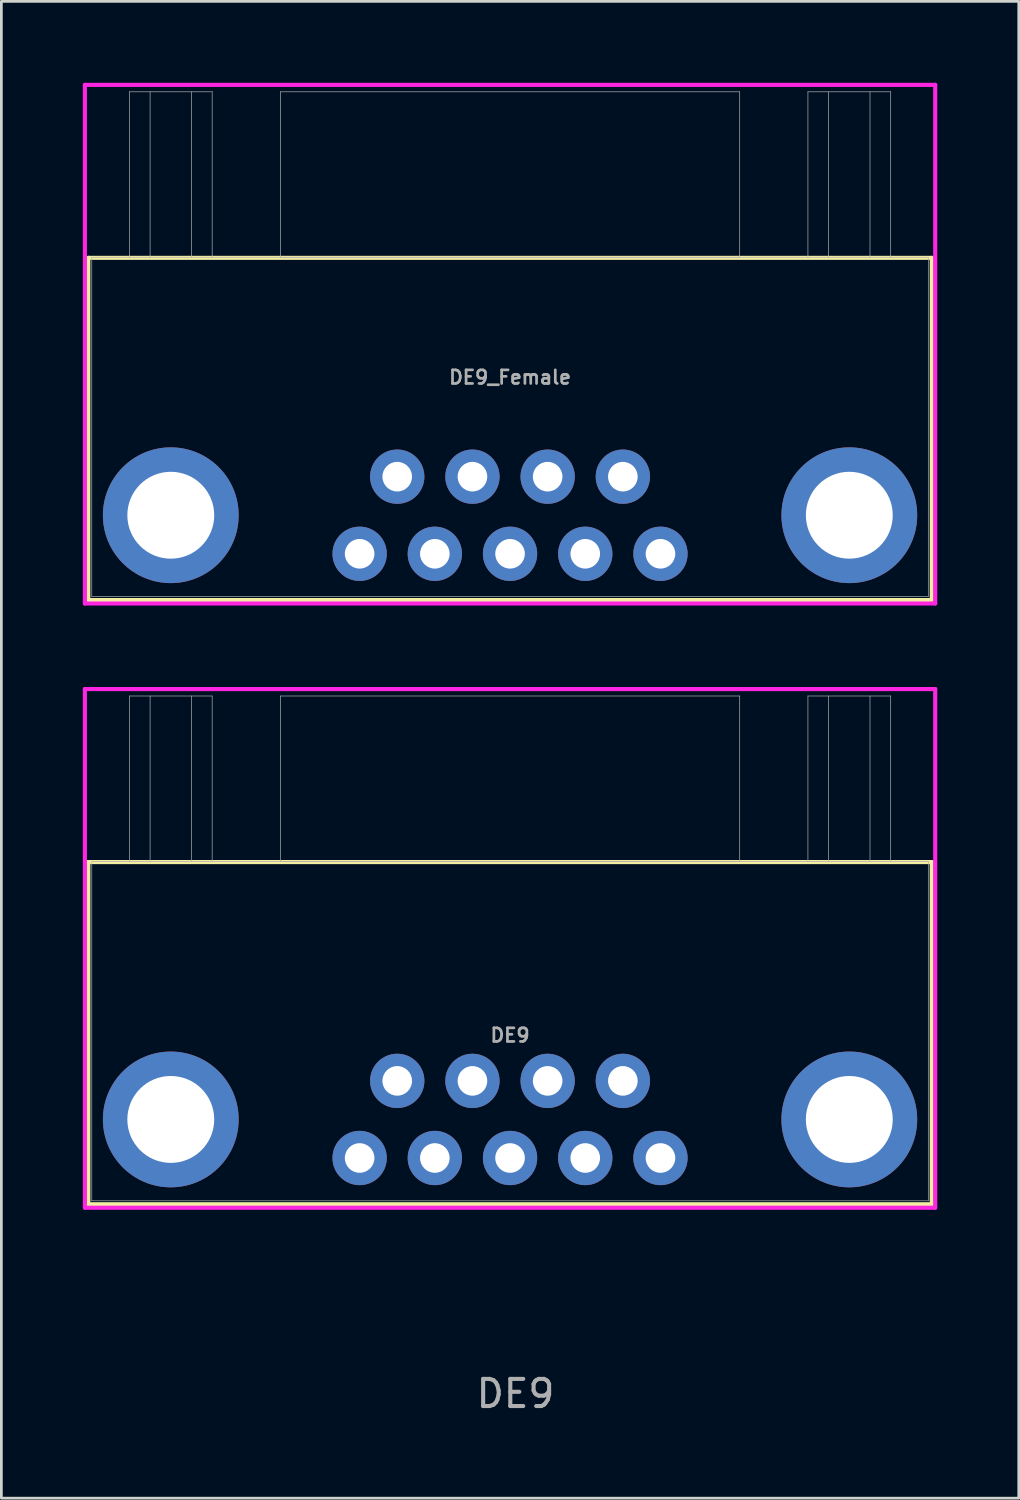
<source format=kicad_pcb>
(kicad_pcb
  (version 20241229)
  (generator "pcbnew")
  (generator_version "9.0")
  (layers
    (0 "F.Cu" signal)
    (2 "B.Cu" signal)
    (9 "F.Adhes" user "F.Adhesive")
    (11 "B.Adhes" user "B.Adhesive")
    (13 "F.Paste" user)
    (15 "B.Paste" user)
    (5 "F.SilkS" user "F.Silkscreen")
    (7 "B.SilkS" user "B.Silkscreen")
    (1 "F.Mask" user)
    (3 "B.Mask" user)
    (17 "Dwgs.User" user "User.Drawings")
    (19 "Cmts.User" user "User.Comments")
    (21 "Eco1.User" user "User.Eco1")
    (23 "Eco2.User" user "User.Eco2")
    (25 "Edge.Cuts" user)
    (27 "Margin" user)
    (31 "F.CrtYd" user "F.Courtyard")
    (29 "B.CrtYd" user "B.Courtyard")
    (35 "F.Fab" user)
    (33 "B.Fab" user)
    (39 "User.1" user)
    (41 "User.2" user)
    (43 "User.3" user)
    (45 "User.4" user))
  (footprint "DE9_Female"
    (layer "F.Cu")
    (at 15.735 17.346)
    (property "Reference" "DE9_Female" (at 0 -6.5 0) (unlocked yes) (layer "F.Fab") (effects (font (size 0.5 0.5) (thickness 0.1) (bold yes))))
    (attr through_hole)
    (fp_line (start -15.532 -10.9) (end -15.532 1.704) (stroke (width 0.15) (type solid)) (layer "F.SilkS"))
    (fp_line (start -15.532 1.704) (end 15.532 1.704) (stroke (width 0.15) (type solid)) (layer "F.SilkS"))
    (fp_line (start 15.532 -10.9) (end -15.532 -10.9) (stroke (width 0.15) (type solid)) (layer "F.SilkS"))
    (fp_line (start 15.532 1.704) (end 15.532 -10.9) (stroke (width 0.15) (type solid)) (layer "F.SilkS"))
    (fp_line (start -15.659 -17.27) (end -15.659 1.831) (stroke (width 0.152) (type solid)) (layer "F.CrtYd"))
    (fp_line (start -15.659 1.831) (end 15.659 1.831) (stroke (width 0.152) (type solid)) (layer "F.CrtYd"))
    (fp_line (start 15.659 -17.27) (end -15.659 -17.27) (stroke (width 0.152) (type solid)) (layer "F.CrtYd"))
    (fp_line (start 15.659 1.831) (end 15.659 -17.27) (stroke (width 0.152) (type solid)) (layer "F.CrtYd"))
    (fp_line (start -15.405 -10.92) (end -15.405 1.577) (stroke (width 0.025) (type solid)) (layer "F.Fab"))
    (fp_line (start -15.405 1.577) (end 15.405 1.577) (stroke (width 0.025) (type solid)) (layer "F.Fab"))
    (fp_line (start -14.019 -17.016) (end -10.971 -17.016) (stroke (width 0.025) (type solid)) (layer "F.Fab"))
    (fp_line (start -14.019 -10.92) (end -14.019 -17.016) (stroke (width 0.025) (type solid)) (layer "F.Fab"))
    (fp_line (start -13.257 -10.92) (end -13.257 -17.016) (stroke (width 0.025) (type solid)) (layer "F.Fab"))
    (fp_line (start -11.733 -17.016) (end -11.733 -10.92) (stroke (width 0.025) (type solid)) (layer "F.Fab"))
    (fp_line (start -10.971 -17.016) (end -10.971 -10.92) (stroke (width 0.025) (type solid)) (layer "F.Fab"))
    (fp_line (start -8.458 -17.016) (end -8.458 -10.92) (stroke (width 0.025) (type solid)) (layer "F.Fab"))
    (fp_line (start -8.458 -10.92) (end 8.458 -10.92) (stroke (width 0.025) (type solid)) (layer "F.Fab"))
    (fp_line (start 8.458 -17.016) (end -8.458 -17.016) (stroke (width 0.025) (type solid)) (layer "F.Fab"))
    (fp_line (start 8.458 -10.92) (end 8.458 -17.016) (stroke (width 0.025) (type solid)) (layer "F.Fab"))
    (fp_line (start 10.971 -17.016) (end 14.019 -17.016) (stroke (width 0.025) (type solid)) (layer "F.Fab"))
    (fp_line (start 10.971 -10.92) (end 10.971 -17.016) (stroke (width 0.025) (type solid)) (layer "F.Fab"))
    (fp_line (start 11.733 -10.92) (end 11.733 -17.016) (stroke (width 0.025) (type solid)) (layer "F.Fab"))
    (fp_line (start 13.257 -17.016) (end 13.257 -10.92) (stroke (width 0.025) (type solid)) (layer "F.Fab"))
    (fp_line (start 14.019 -17.016) (end 14.019 -10.92) (stroke (width 0.025) (type solid)) (layer "F.Fab"))
    (fp_line (start 15.405 -10.92) (end -15.405 -10.92) (stroke (width 0.025) (type solid)) (layer "F.Fab"))
    (fp_line (start 15.405 1.577) (end 15.405 -10.92) (stroke (width 0.025) (type solid)) (layer "F.Fab"))
    (pad "1" thru_hole circle (at -5.54 0) (size 2 2) (drill 1.09) (layers "*.Cu" "*.Mask"))
    (pad "2" thru_hole circle (at -2.77 0) (size 2 2) (drill 1.09) (layers "*.Cu" "*.Mask"))
    (pad "3" thru_hole circle (at 0 0) (size 2 2) (drill 1.09) (layers "*.Cu" "*.Mask"))
    (pad "4" thru_hole circle (at 2.77 0) (size 2 2) (drill 1.09) (layers "*.Cu" "*.Mask"))
    (pad "5" thru_hole circle (at 5.54 0) (size 2 2) (drill 1.09) (layers "*.Cu" "*.Mask"))
    (pad "6" thru_hole circle (at -4.155 -2.84) (size 2 2) (drill 1.09) (layers "*.Cu" "*.Mask"))
    (pad "7" thru_hole circle (at -1.385 -2.84) (size 2 2) (drill 1.09) (layers "*.Cu" "*.Mask"))
    (pad "8" thru_hole circle (at 1.385 -2.84) (size 2 2) (drill 1.09) (layers "*.Cu" "*.Mask"))
    (pad "9" thru_hole circle (at 4.155 -2.84) (size 2 2) (drill 1.09) (layers "*.Cu" "*.Mask"))
    (pad "10" thru_hole circle (at -12.495 -1.42) (size 5 5) (drill 3.2) (layers "*.Cu" "*.Mask"))
    (pad "11" thru_hole circle (at 12.495 -1.42) (size 5 5) (drill 3.2) (layers "*.Cu" "*.Mask")))
  (footprint "DE9"
    (layer "F.Cu")
    (at 15.735 39.599)
    (property "Reference" "DE9" (at 0.2 8.68 0) (unlocked yes) (layer "F.Fab") (effects (font (size 1 1) (thickness 0.15))))
    (attr through_hole)
    (fp_line (start -15.532 -10.9) (end -15.532 1.704) (stroke (width 0.152) (type solid)) (layer "F.SilkS"))
    (fp_line (start -15.532 1.704) (end 15.532 1.704) (stroke (width 0.152) (type solid)) (layer "F.SilkS"))
    (fp_line (start 15.532 -10.9) (end -15.532 -10.9) (stroke (width 0.152) (type solid)) (layer "F.SilkS"))
    (fp_line (start 15.532 1.704) (end 15.532 -10.9) (stroke (width 0.152) (type solid)) (layer "F.SilkS"))
    (fp_line (start -15.659 -17.27) (end -15.659 1.831) (stroke (width 0.152) (type solid)) (layer "F.CrtYd"))
    (fp_line (start -15.659 1.831) (end 15.659 1.831) (stroke (width 0.152) (type solid)) (layer "F.CrtYd"))
    (fp_line (start 15.659 -17.27) (end -15.659 -17.27) (stroke (width 0.152) (type solid)) (layer "F.CrtYd"))
    (fp_line (start 15.659 1.831) (end 15.659 -17.27) (stroke (width 0.152) (type solid)) (layer "F.CrtYd"))
    (fp_line (start -15.405 -10.92) (end -15.405 1.577) (stroke (width 0.025) (type solid)) (layer "F.Fab"))
    (fp_line (start -15.405 1.577) (end 15.405 1.577) (stroke (width 0.025) (type solid)) (layer "F.Fab"))
    (fp_line (start -14.019 -17.016) (end -10.971 -17.016) (stroke (width 0.025) (type solid)) (layer "F.Fab"))
    (fp_line (start -14.019 -10.92) (end -14.019 -17.016) (stroke (width 0.025) (type solid)) (layer "F.Fab"))
    (fp_line (start -13.257 -10.92) (end -13.257 -17.016) (stroke (width 0.025) (type solid)) (layer "F.Fab"))
    (fp_line (start -11.733 -17.016) (end -11.733 -10.92) (stroke (width 0.025) (type solid)) (layer "F.Fab"))
    (fp_line (start -10.971 -17.016) (end -10.971 -10.92) (stroke (width 0.025) (type solid)) (layer "F.Fab"))
    (fp_line (start -8.458 -17.016) (end -8.458 -10.92) (stroke (width 0.025) (type solid)) (layer "F.Fab"))
    (fp_line (start -8.458 -10.92) (end 8.458 -10.92) (stroke (width 0.025) (type solid)) (layer "F.Fab"))
    (fp_line (start 8.458 -17.016) (end -8.458 -17.016) (stroke (width 0.025) (type solid)) (layer "F.Fab"))
    (fp_line (start 8.458 -10.92) (end 8.458 -17.016) (stroke (width 0.025) (type solid)) (layer "F.Fab"))
    (fp_line (start 10.971 -17.016) (end 14.019 -17.016) (stroke (width 0.025) (type solid)) (layer "F.Fab"))
    (fp_line (start 10.971 -10.92) (end 10.971 -17.016) (stroke (width 0.025) (type solid)) (layer "F.Fab"))
    (fp_line (start 11.733 -10.92) (end 11.733 -17.016) (stroke (width 0.025) (type solid)) (layer "F.Fab"))
    (fp_line (start 13.257 -17.016) (end 13.257 -10.92) (stroke (width 0.025) (type solid)) (layer "F.Fab"))
    (fp_line (start 14.019 -17.016) (end 14.019 -10.92) (stroke (width 0.025) (type solid)) (layer "F.Fab"))
    (fp_line (start 15.405 -10.92) (end -15.405 -10.92) (stroke (width 0.025) (type solid)) (layer "F.Fab"))
    (fp_line (start 15.405 1.577) (end 15.405 -10.92) (stroke (width 0.025) (type solid)) (layer "F.Fab"))
    (fp_text user "${REFERENCE}" (at 0 -4.52 0) (unlocked yes) (layer "F.Fab") (effects (font (size 0.5 0.5) (thickness 0.1) (bold yes))))
    (pad "1" thru_hole circle (at 5.54 0) (size 2 2) (drill 1.09) (layers "*.Cu" "*.Mask"))
    (pad "2" thru_hole circle (at 2.77 0) (size 2 2) (drill 1.09) (layers "*.Cu" "*.Mask"))
    (pad "3" thru_hole circle (at 0 0) (size 2 2) (drill 1.09) (layers "*.Cu" "*.Mask"))
    (pad "4" thru_hole circle (at -2.77 0) (size 2 2) (drill 1.09) (layers "*.Cu" "*.Mask"))
    (pad "5" thru_hole circle (at -5.54 0) (size 2 2) (drill 1.09) (layers "*.Cu" "*.Mask"))
    (pad "6" thru_hole circle (at 4.155 -2.84) (size 2 2) (drill 1.09) (layers "*.Cu" "*.Mask"))
    (pad "7" thru_hole circle (at 1.385 -2.84) (size 2 2) (drill 1.09) (layers "*.Cu" "*.Mask"))
    (pad "8" thru_hole circle (at -1.385 -2.84) (size 2 2) (drill 1.09) (layers "*.Cu" "*.Mask"))
    (pad "9" thru_hole circle (at -4.155 -2.84) (size 2 2) (drill 1.09) (layers "*.Cu" "*.Mask"))
    (pad "10" thru_hole circle (at -12.495 -1.42) (size 5 5) (drill 3.2) (layers "*.Cu" "*.Mask"))
    (pad "11" thru_hole circle (at 12.495 -1.42) (size 5 5) (drill 3.2) (layers "*.Cu" "*.Mask")))
  (gr_rect
    (start -3 -3)
    (end 34.471 52.128)
    (stroke (width 0.1) (type default))
    (fill no)
    (layer "Edge.Cuts")))
</source>
